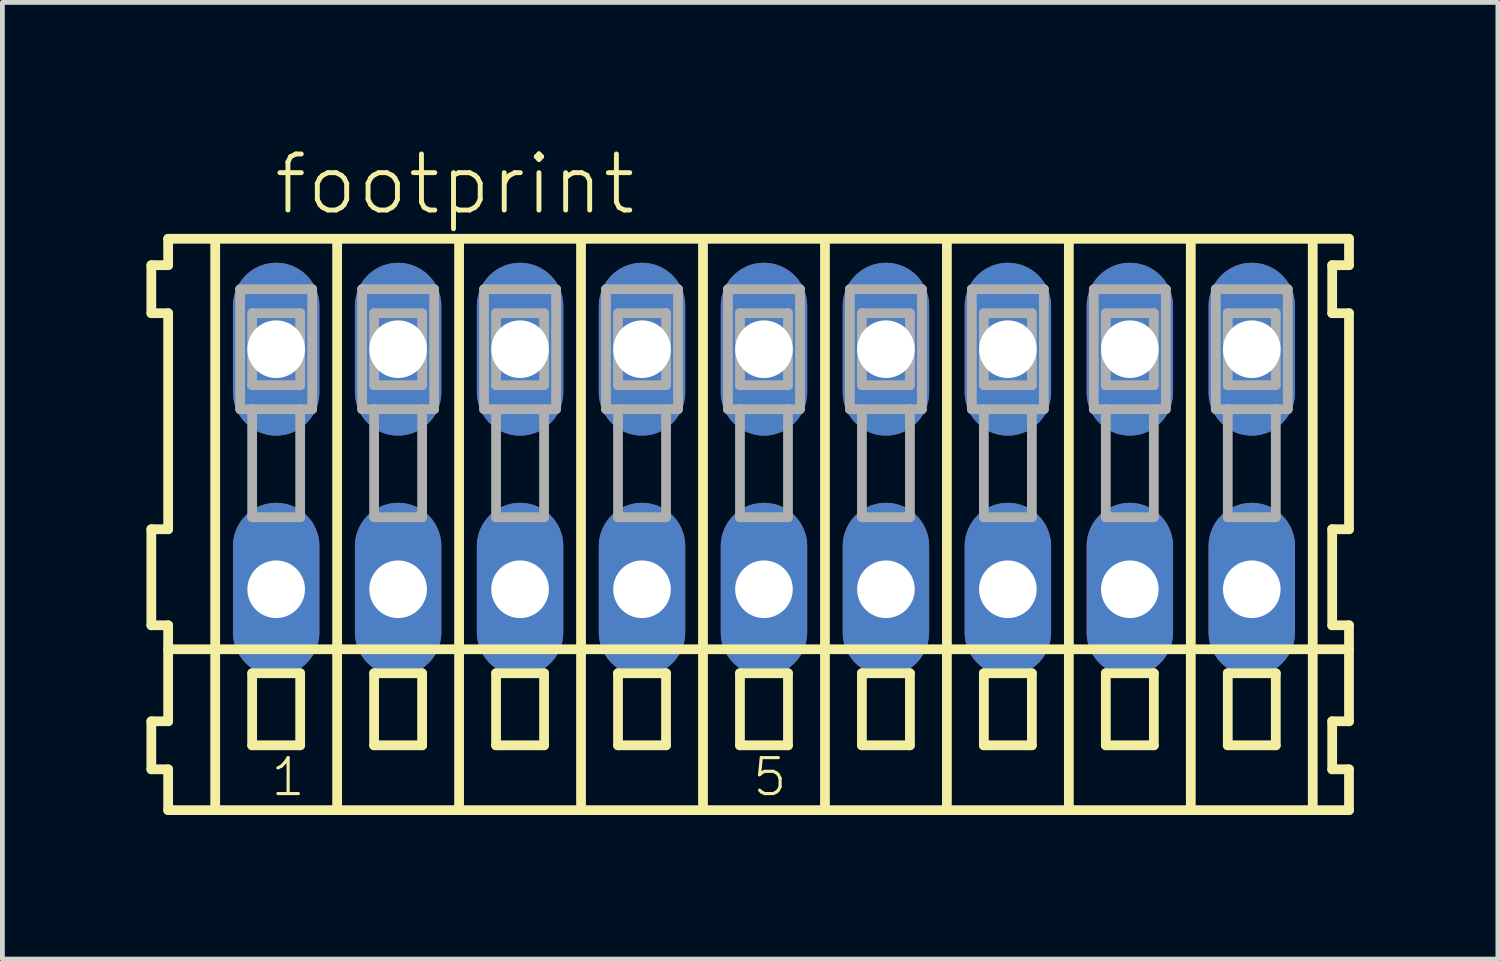
<source format=kicad_pcb>
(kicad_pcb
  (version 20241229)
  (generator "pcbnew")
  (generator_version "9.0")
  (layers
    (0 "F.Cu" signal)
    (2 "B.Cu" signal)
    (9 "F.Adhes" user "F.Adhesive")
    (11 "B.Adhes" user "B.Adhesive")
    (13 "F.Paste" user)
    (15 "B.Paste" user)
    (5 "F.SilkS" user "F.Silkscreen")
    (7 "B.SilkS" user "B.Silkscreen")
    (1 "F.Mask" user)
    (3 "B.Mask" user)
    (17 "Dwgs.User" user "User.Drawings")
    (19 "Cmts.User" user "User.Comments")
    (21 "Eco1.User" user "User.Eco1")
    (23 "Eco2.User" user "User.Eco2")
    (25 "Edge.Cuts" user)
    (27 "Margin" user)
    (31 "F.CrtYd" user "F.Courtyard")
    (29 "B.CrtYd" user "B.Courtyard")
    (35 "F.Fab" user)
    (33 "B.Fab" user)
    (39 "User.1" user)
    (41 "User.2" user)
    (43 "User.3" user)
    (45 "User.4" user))
  (footprint "footprint"
    (layer "F.Cu")
    (at 12.862 6.723)
    (property "Reference" "footprint" (at -10.26 -5.25 0) (layer "F.SilkS") (effects (font (size 1.168 1.168) (thickness 0.102)) (justify left bottom)))
    (fp_line (start -12.76 -4.25) (end -12.76 -3.25) (stroke (width 0.203) (type solid)) (layer "F.SilkS"))
    (fp_line (start -12.76 -3.25) (end -12.41 -3.25) (stroke (width 0.203) (type solid)) (layer "F.SilkS"))
    (fp_line (start -12.76 1.25) (end -12.76 3.25) (stroke (width 0.203) (type solid)) (layer "F.SilkS"))
    (fp_line (start -12.76 3.25) (end -12.41 3.25) (stroke (width 0.203) (type solid)) (layer "F.SilkS"))
    (fp_line (start -12.76 5.25) (end -12.76 6.25) (stroke (width 0.203) (type solid)) (layer "F.SilkS"))
    (fp_line (start -12.76 6.25) (end -12.41 6.25) (stroke (width 0.203) (type solid)) (layer "F.SilkS"))
    (fp_line (start -12.41 -4.8) (end -12.41 -4.25) (stroke (width 0.203) (type solid)) (layer "F.SilkS"))
    (fp_line (start -12.41 -4.25) (end -12.76 -4.25) (stroke (width 0.203) (type solid)) (layer "F.SilkS"))
    (fp_line (start -12.41 -3.25) (end -12.41 1.25) (stroke (width 0.203) (type solid)) (layer "F.SilkS"))
    (fp_line (start -12.41 1.25) (end -12.76 1.25) (stroke (width 0.203) (type solid)) (layer "F.SilkS"))
    (fp_line (start -12.41 3.25) (end -12.41 5.25) (stroke (width 0.203) (type solid)) (layer "F.SilkS"))
    (fp_line (start -12.41 3.75) (end 12.185 3.75) (stroke (width 0.203) (type solid)) (layer "F.SilkS"))
    (fp_line (start -12.41 5.25) (end -12.76 5.25) (stroke (width 0.203) (type solid)) (layer "F.SilkS"))
    (fp_line (start -12.41 6.25) (end -12.41 7.1) (stroke (width 0.203) (type solid)) (layer "F.SilkS"))
    (fp_line (start -12.41 7.1) (end 12.185 7.1) (stroke (width 0.203) (type solid)) (layer "F.SilkS"))
    (fp_line (start -11.43 6.985) (end -11.43 -4.699) (stroke (width 0.203) (type solid)) (layer "F.SilkS"))
    (fp_line (start -10.66 4.25) (end -10.66 5.75) (stroke (width 0.203) (type solid)) (layer "F.SilkS"))
    (fp_line (start -10.66 5.75) (end -9.66 5.75) (stroke (width 0.203) (type solid)) (layer "F.SilkS"))
    (fp_line (start -9.66 4.25) (end -10.66 4.25) (stroke (width 0.203) (type solid)) (layer "F.SilkS"))
    (fp_line (start -9.66 5.75) (end -9.66 4.25) (stroke (width 0.203) (type solid)) (layer "F.SilkS"))
    (fp_line (start -8.89 6.985) (end -8.89 -4.699) (stroke (width 0.203) (type solid)) (layer "F.SilkS"))
    (fp_line (start -8.12 4.25) (end -8.12 5.75) (stroke (width 0.203) (type solid)) (layer "F.SilkS"))
    (fp_line (start -8.12 5.75) (end -7.12 5.75) (stroke (width 0.203) (type solid)) (layer "F.SilkS"))
    (fp_line (start -7.12 4.25) (end -8.12 4.25) (stroke (width 0.203) (type solid)) (layer "F.SilkS"))
    (fp_line (start -7.12 5.75) (end -7.12 4.25) (stroke (width 0.203) (type solid)) (layer "F.SilkS"))
    (fp_line (start -6.35 6.985) (end -6.35 -4.699) (stroke (width 0.203) (type solid)) (layer "F.SilkS"))
    (fp_line (start -5.58 4.25) (end -5.58 5.75) (stroke (width 0.203) (type solid)) (layer "F.SilkS"))
    (fp_line (start -5.58 5.75) (end -4.58 5.75) (stroke (width 0.203) (type solid)) (layer "F.SilkS"))
    (fp_line (start -4.58 4.25) (end -5.58 4.25) (stroke (width 0.203) (type solid)) (layer "F.SilkS"))
    (fp_line (start -4.58 5.75) (end -4.58 4.25) (stroke (width 0.203) (type solid)) (layer "F.SilkS"))
    (fp_line (start -3.81 6.985) (end -3.81 -4.699) (stroke (width 0.203) (type solid)) (layer "F.SilkS"))
    (fp_line (start -3.04 4.25) (end -3.04 5.75) (stroke (width 0.203) (type solid)) (layer "F.SilkS"))
    (fp_line (start -3.04 5.75) (end -2.04 5.75) (stroke (width 0.203) (type solid)) (layer "F.SilkS"))
    (fp_line (start -2.04 4.25) (end -3.04 4.25) (stroke (width 0.203) (type solid)) (layer "F.SilkS"))
    (fp_line (start -2.04 5.75) (end -2.04 4.25) (stroke (width 0.203) (type solid)) (layer "F.SilkS"))
    (fp_line (start -1.27 6.985) (end -1.27 -4.699) (stroke (width 0.203) (type solid)) (layer "F.SilkS"))
    (fp_line (start -0.5 4.25) (end -0.5 5.75) (stroke (width 0.203) (type solid)) (layer "F.SilkS"))
    (fp_line (start -0.5 5.75) (end 0.5 5.75) (stroke (width 0.203) (type solid)) (layer "F.SilkS"))
    (fp_line (start 0.5 4.25) (end -0.5 4.25) (stroke (width 0.203) (type solid)) (layer "F.SilkS"))
    (fp_line (start 0.5 5.75) (end 0.5 4.25) (stroke (width 0.203) (type solid)) (layer "F.SilkS"))
    (fp_line (start 1.27 6.985) (end 1.27 -4.699) (stroke (width 0.203) (type solid)) (layer "F.SilkS"))
    (fp_line (start 2.04 4.25) (end 2.04 5.75) (stroke (width 0.203) (type solid)) (layer "F.SilkS"))
    (fp_line (start 2.04 5.75) (end 3.04 5.75) (stroke (width 0.203) (type solid)) (layer "F.SilkS"))
    (fp_line (start 3.04 4.25) (end 2.04 4.25) (stroke (width 0.203) (type solid)) (layer "F.SilkS"))
    (fp_line (start 3.04 5.75) (end 3.04 4.25) (stroke (width 0.203) (type solid)) (layer "F.SilkS"))
    (fp_line (start 3.81 6.985) (end 3.81 -4.699) (stroke (width 0.203) (type solid)) (layer "F.SilkS"))
    (fp_line (start 4.58 4.25) (end 4.58 5.75) (stroke (width 0.203) (type solid)) (layer "F.SilkS"))
    (fp_line (start 4.58 5.75) (end 5.58 5.75) (stroke (width 0.203) (type solid)) (layer "F.SilkS"))
    (fp_line (start 5.58 4.25) (end 4.58 4.25) (stroke (width 0.203) (type solid)) (layer "F.SilkS"))
    (fp_line (start 5.58 5.75) (end 5.58 4.25) (stroke (width 0.203) (type solid)) (layer "F.SilkS"))
    (fp_line (start 6.35 6.985) (end 6.35 -4.699) (stroke (width 0.203) (type solid)) (layer "F.SilkS"))
    (fp_line (start 7.12 4.25) (end 7.12 5.75) (stroke (width 0.203) (type solid)) (layer "F.SilkS"))
    (fp_line (start 7.12 5.75) (end 8.12 5.75) (stroke (width 0.203) (type solid)) (layer "F.SilkS"))
    (fp_line (start 8.12 4.25) (end 7.12 4.25) (stroke (width 0.203) (type solid)) (layer "F.SilkS"))
    (fp_line (start 8.12 5.75) (end 8.12 4.25) (stroke (width 0.203) (type solid)) (layer "F.SilkS"))
    (fp_line (start 8.89 6.985) (end 8.89 -4.699) (stroke (width 0.203) (type solid)) (layer "F.SilkS"))
    (fp_line (start 9.66 4.25) (end 9.66 5.75) (stroke (width 0.203) (type solid)) (layer "F.SilkS"))
    (fp_line (start 9.66 5.75) (end 10.66 5.75) (stroke (width 0.203) (type solid)) (layer "F.SilkS"))
    (fp_line (start 10.66 4.25) (end 9.66 4.25) (stroke (width 0.203) (type solid)) (layer "F.SilkS"))
    (fp_line (start 10.66 5.75) (end 10.66 4.25) (stroke (width 0.203) (type solid)) (layer "F.SilkS"))
    (fp_line (start 11.43 6.985) (end 11.43 -4.699) (stroke (width 0.203) (type solid)) (layer "F.SilkS"))
    (fp_line (start 11.835 -4.25) (end 11.835 -3.25) (stroke (width 0.203) (type solid)) (layer "F.SilkS"))
    (fp_line (start 11.835 -3.25) (end 12.185 -3.25) (stroke (width 0.203) (type solid)) (layer "F.SilkS"))
    (fp_line (start 11.835 1.25) (end 11.835 3.25) (stroke (width 0.203) (type solid)) (layer "F.SilkS"))
    (fp_line (start 11.835 3.25) (end 12.185 3.25) (stroke (width 0.203) (type solid)) (layer "F.SilkS"))
    (fp_line (start 11.835 5.25) (end 11.835 6.25) (stroke (width 0.203) (type solid)) (layer "F.SilkS"))
    (fp_line (start 11.835 6.25) (end 12.185 6.25) (stroke (width 0.203) (type solid)) (layer "F.SilkS"))
    (fp_line (start 12.185 -4.8) (end -12.41 -4.8) (stroke (width 0.203) (type solid)) (layer "F.SilkS"))
    (fp_line (start 12.185 -4.25) (end 11.835 -4.25) (stroke (width 0.203) (type solid)) (layer "F.SilkS"))
    (fp_line (start 12.185 -4.25) (end 12.185 -4.8) (stroke (width 0.203) (type solid)) (layer "F.SilkS"))
    (fp_line (start 12.185 1.25) (end 11.835 1.25) (stroke (width 0.203) (type solid)) (layer "F.SilkS"))
    (fp_line (start 12.185 1.25) (end 12.185 -3.25) (stroke (width 0.203) (type solid)) (layer "F.SilkS"))
    (fp_line (start 12.185 3.75) (end 12.185 3.25) (stroke (width 0.203) (type solid)) (layer "F.SilkS"))
    (fp_line (start 12.185 5.25) (end 11.835 5.25) (stroke (width 0.203) (type solid)) (layer "F.SilkS"))
    (fp_line (start 12.185 5.25) (end 12.185 3.75) (stroke (width 0.203) (type solid)) (layer "F.SilkS"))
    (fp_line (start 12.185 7.1) (end 12.185 6.25) (stroke (width 0.203) (type solid)) (layer "F.SilkS"))
    (fp_line (start -10.91 -3.75) (end -10.91 -1.25) (stroke (width 0.203) (type solid)) (layer "F.Fab"))
    (fp_line (start -10.91 -1.25) (end -10.66 -1.25) (stroke (width 0.203) (type solid)) (layer "F.Fab"))
    (fp_line (start -10.66 -3.25) (end -10.66 -1.75) (stroke (width 0.203) (type solid)) (layer "F.Fab"))
    (fp_line (start -10.66 -1.75) (end -9.66 -1.75) (stroke (width 0.203) (type solid)) (layer "F.Fab"))
    (fp_line (start -10.66 -1.25) (end -10.66 1) (stroke (width 0.203) (type solid)) (layer "F.Fab"))
    (fp_line (start -10.66 -1.25) (end -9.66 -1.25) (stroke (width 0.203) (type solid)) (layer "F.Fab"))
    (fp_line (start -10.66 1) (end -9.66 1) (stroke (width 0.203) (type solid)) (layer "F.Fab"))
    (fp_line (start -9.66 -3.25) (end -10.66 -3.25) (stroke (width 0.203) (type solid)) (layer "F.Fab"))
    (fp_line (start -9.66 -1.75) (end -9.66 -3.25) (stroke (width 0.203) (type solid)) (layer "F.Fab"))
    (fp_line (start -9.66 -1.25) (end -9.41 -1.25) (stroke (width 0.203) (type solid)) (layer "F.Fab"))
    (fp_line (start -9.66 1) (end -9.66 -1.25) (stroke (width 0.203) (type solid)) (layer "F.Fab"))
    (fp_line (start -9.41 -3.75) (end -10.91 -3.75) (stroke (width 0.203) (type solid)) (layer "F.Fab"))
    (fp_line (start -9.41 -1.25) (end -9.41 -3.75) (stroke (width 0.203) (type solid)) (layer "F.Fab"))
    (fp_line (start -8.37 -3.75) (end -8.37 -1.25) (stroke (width 0.203) (type solid)) (layer "F.Fab"))
    (fp_line (start -8.37 -1.25) (end -8.12 -1.25) (stroke (width 0.203) (type solid)) (layer "F.Fab"))
    (fp_line (start -8.12 -3.25) (end -8.12 -1.75) (stroke (width 0.203) (type solid)) (layer "F.Fab"))
    (fp_line (start -8.12 -1.75) (end -7.12 -1.75) (stroke (width 0.203) (type solid)) (layer "F.Fab"))
    (fp_line (start -8.12 -1.25) (end -8.12 1) (stroke (width 0.203) (type solid)) (layer "F.Fab"))
    (fp_line (start -8.12 -1.25) (end -7.12 -1.25) (stroke (width 0.203) (type solid)) (layer "F.Fab"))
    (fp_line (start -8.12 1) (end -7.12 1) (stroke (width 0.203) (type solid)) (layer "F.Fab"))
    (fp_line (start -7.12 -3.25) (end -8.12 -3.25) (stroke (width 0.203) (type solid)) (layer "F.Fab"))
    (fp_line (start -7.12 -1.75) (end -7.12 -3.25) (stroke (width 0.203) (type solid)) (layer "F.Fab"))
    (fp_line (start -7.12 -1.25) (end -6.87 -1.25) (stroke (width 0.203) (type solid)) (layer "F.Fab"))
    (fp_line (start -7.12 1) (end -7.12 -1.25) (stroke (width 0.203) (type solid)) (layer "F.Fab"))
    (fp_line (start -6.87 -3.75) (end -8.37 -3.75) (stroke (width 0.203) (type solid)) (layer "F.Fab"))
    (fp_line (start -6.87 -1.25) (end -6.87 -3.75) (stroke (width 0.203) (type solid)) (layer "F.Fab"))
    (fp_line (start -5.83 -3.75) (end -5.83 -1.25) (stroke (width 0.203) (type solid)) (layer "F.Fab"))
    (fp_line (start -5.83 -1.25) (end -5.58 -1.25) (stroke (width 0.203) (type solid)) (layer "F.Fab"))
    (fp_line (start -5.58 -3.25) (end -5.58 -1.75) (stroke (width 0.203) (type solid)) (layer "F.Fab"))
    (fp_line (start -5.58 -1.75) (end -4.58 -1.75) (stroke (width 0.203) (type solid)) (layer "F.Fab"))
    (fp_line (start -5.58 -1.25) (end -5.58 1) (stroke (width 0.203) (type solid)) (layer "F.Fab"))
    (fp_line (start -5.58 -1.25) (end -4.58 -1.25) (stroke (width 0.203) (type solid)) (layer "F.Fab"))
    (fp_line (start -5.58 1) (end -4.58 1) (stroke (width 0.203) (type solid)) (layer "F.Fab"))
    (fp_line (start -4.58 -3.25) (end -5.58 -3.25) (stroke (width 0.203) (type solid)) (layer "F.Fab"))
    (fp_line (start -4.58 -1.75) (end -4.58 -3.25) (stroke (width 0.203) (type solid)) (layer "F.Fab"))
    (fp_line (start -4.58 -1.25) (end -4.33 -1.25) (stroke (width 0.203) (type solid)) (layer "F.Fab"))
    (fp_line (start -4.58 1) (end -4.58 -1.25) (stroke (width 0.203) (type solid)) (layer "F.Fab"))
    (fp_line (start -4.33 -3.75) (end -5.83 -3.75) (stroke (width 0.203) (type solid)) (layer "F.Fab"))
    (fp_line (start -4.33 -1.25) (end -4.33 -3.75) (stroke (width 0.203) (type solid)) (layer "F.Fab"))
    (fp_line (start -3.29 -3.75) (end -3.29 -1.25) (stroke (width 0.203) (type solid)) (layer "F.Fab"))
    (fp_line (start -3.29 -1.25) (end -3.04 -1.25) (stroke (width 0.203) (type solid)) (layer "F.Fab"))
    (fp_line (start -3.04 -3.25) (end -3.04 -1.75) (stroke (width 0.203) (type solid)) (layer "F.Fab"))
    (fp_line (start -3.04 -1.75) (end -2.04 -1.75) (stroke (width 0.203) (type solid)) (layer "F.Fab"))
    (fp_line (start -3.04 -1.25) (end -3.04 1) (stroke (width 0.203) (type solid)) (layer "F.Fab"))
    (fp_line (start -3.04 -1.25) (end -2.04 -1.25) (stroke (width 0.203) (type solid)) (layer "F.Fab"))
    (fp_line (start -3.04 1) (end -2.04 1) (stroke (width 0.203) (type solid)) (layer "F.Fab"))
    (fp_line (start -2.04 -3.25) (end -3.04 -3.25) (stroke (width 0.203) (type solid)) (layer "F.Fab"))
    (fp_line (start -2.04 -1.75) (end -2.04 -3.25) (stroke (width 0.203) (type solid)) (layer "F.Fab"))
    (fp_line (start -2.04 -1.25) (end -1.79 -1.25) (stroke (width 0.203) (type solid)) (layer "F.Fab"))
    (fp_line (start -2.04 1) (end -2.04 -1.25) (stroke (width 0.203) (type solid)) (layer "F.Fab"))
    (fp_line (start -1.79 -3.75) (end -3.29 -3.75) (stroke (width 0.203) (type solid)) (layer "F.Fab"))
    (fp_line (start -1.79 -1.25) (end -1.79 -3.75) (stroke (width 0.203) (type solid)) (layer "F.Fab"))
    (fp_line (start -0.75 -3.75) (end -0.75 -1.25) (stroke (width 0.203) (type solid)) (layer "F.Fab"))
    (fp_line (start -0.75 -1.25) (end -0.5 -1.25) (stroke (width 0.203) (type solid)) (layer "F.Fab"))
    (fp_line (start -0.5 -3.25) (end -0.5 -1.75) (stroke (width 0.203) (type solid)) (layer "F.Fab"))
    (fp_line (start -0.5 -1.75) (end 0.5 -1.75) (stroke (width 0.203) (type solid)) (layer "F.Fab"))
    (fp_line (start -0.5 -1.25) (end -0.5 1) (stroke (width 0.203) (type solid)) (layer "F.Fab"))
    (fp_line (start -0.5 -1.25) (end 0.5 -1.25) (stroke (width 0.203) (type solid)) (layer "F.Fab"))
    (fp_line (start -0.5 1) (end 0.5 1) (stroke (width 0.203) (type solid)) (layer "F.Fab"))
    (fp_line (start 0.5 -3.25) (end -0.5 -3.25) (stroke (width 0.203) (type solid)) (layer "F.Fab"))
    (fp_line (start 0.5 -1.75) (end 0.5 -3.25) (stroke (width 0.203) (type solid)) (layer "F.Fab"))
    (fp_line (start 0.5 -1.25) (end 0.75 -1.25) (stroke (width 0.203) (type solid)) (layer "F.Fab"))
    (fp_line (start 0.5 1) (end 0.5 -1.25) (stroke (width 0.203) (type solid)) (layer "F.Fab"))
    (fp_line (start 0.75 -3.75) (end -0.75 -3.75) (stroke (width 0.203) (type solid)) (layer "F.Fab"))
    (fp_line (start 0.75 -1.25) (end 0.75 -3.75) (stroke (width 0.203) (type solid)) (layer "F.Fab"))
    (fp_line (start 1.79 -3.75) (end 1.79 -1.25) (stroke (width 0.203) (type solid)) (layer "F.Fab"))
    (fp_line (start 1.79 -1.25) (end 2.04 -1.25) (stroke (width 0.203) (type solid)) (layer "F.Fab"))
    (fp_line (start 2.04 -3.25) (end 2.04 -1.75) (stroke (width 0.203) (type solid)) (layer "F.Fab"))
    (fp_line (start 2.04 -1.75) (end 3.04 -1.75) (stroke (width 0.203) (type solid)) (layer "F.Fab"))
    (fp_line (start 2.04 -1.25) (end 2.04 1) (stroke (width 0.203) (type solid)) (layer "F.Fab"))
    (fp_line (start 2.04 -1.25) (end 3.04 -1.25) (stroke (width 0.203) (type solid)) (layer "F.Fab"))
    (fp_line (start 2.04 1) (end 3.04 1) (stroke (width 0.203) (type solid)) (layer "F.Fab"))
    (fp_line (start 3.04 -3.25) (end 2.04 -3.25) (stroke (width 0.203) (type solid)) (layer "F.Fab"))
    (fp_line (start 3.04 -1.75) (end 3.04 -3.25) (stroke (width 0.203) (type solid)) (layer "F.Fab"))
    (fp_line (start 3.04 -1.25) (end 3.29 -1.25) (stroke (width 0.203) (type solid)) (layer "F.Fab"))
    (fp_line (start 3.04 1) (end 3.04 -1.25) (stroke (width 0.203) (type solid)) (layer "F.Fab"))
    (fp_line (start 3.29 -3.75) (end 1.79 -3.75) (stroke (width 0.203) (type solid)) (layer "F.Fab"))
    (fp_line (start 3.29 -1.25) (end 3.29 -3.75) (stroke (width 0.203) (type solid)) (layer "F.Fab"))
    (fp_line (start 4.33 -3.75) (end 4.33 -1.25) (stroke (width 0.203) (type solid)) (layer "F.Fab"))
    (fp_line (start 4.33 -1.25) (end 4.58 -1.25) (stroke (width 0.203) (type solid)) (layer "F.Fab"))
    (fp_line (start 4.58 -3.25) (end 4.58 -1.75) (stroke (width 0.203) (type solid)) (layer "F.Fab"))
    (fp_line (start 4.58 -1.75) (end 5.58 -1.75) (stroke (width 0.203) (type solid)) (layer "F.Fab"))
    (fp_line (start 4.58 -1.25) (end 4.58 1) (stroke (width 0.203) (type solid)) (layer "F.Fab"))
    (fp_line (start 4.58 -1.25) (end 5.58 -1.25) (stroke (width 0.203) (type solid)) (layer "F.Fab"))
    (fp_line (start 4.58 1) (end 5.58 1) (stroke (width 0.203) (type solid)) (layer "F.Fab"))
    (fp_line (start 5.58 -3.25) (end 4.58 -3.25) (stroke (width 0.203) (type solid)) (layer "F.Fab"))
    (fp_line (start 5.58 -1.75) (end 5.58 -3.25) (stroke (width 0.203) (type solid)) (layer "F.Fab"))
    (fp_line (start 5.58 -1.25) (end 5.83 -1.25) (stroke (width 0.203) (type solid)) (layer "F.Fab"))
    (fp_line (start 5.58 1) (end 5.58 -1.25) (stroke (width 0.203) (type solid)) (layer "F.Fab"))
    (fp_line (start 5.83 -3.75) (end 4.33 -3.75) (stroke (width 0.203) (type solid)) (layer "F.Fab"))
    (fp_line (start 5.83 -1.25) (end 5.83 -3.75) (stroke (width 0.203) (type solid)) (layer "F.Fab"))
    (fp_line (start 6.87 -3.75) (end 6.87 -1.25) (stroke (width 0.203) (type solid)) (layer "F.Fab"))
    (fp_line (start 6.87 -1.25) (end 7.12 -1.25) (stroke (width 0.203) (type solid)) (layer "F.Fab"))
    (fp_line (start 7.12 -3.25) (end 7.12 -1.75) (stroke (width 0.203) (type solid)) (layer "F.Fab"))
    (fp_line (start 7.12 -1.75) (end 8.12 -1.75) (stroke (width 0.203) (type solid)) (layer "F.Fab"))
    (fp_line (start 7.12 -1.25) (end 7.12 1) (stroke (width 0.203) (type solid)) (layer "F.Fab"))
    (fp_line (start 7.12 -1.25) (end 8.12 -1.25) (stroke (width 0.203) (type solid)) (layer "F.Fab"))
    (fp_line (start 7.12 1) (end 8.12 1) (stroke (width 0.203) (type solid)) (layer "F.Fab"))
    (fp_line (start 8.12 -3.25) (end 7.12 -3.25) (stroke (width 0.203) (type solid)) (layer "F.Fab"))
    (fp_line (start 8.12 -1.75) (end 8.12 -3.25) (stroke (width 0.203) (type solid)) (layer "F.Fab"))
    (fp_line (start 8.12 -1.25) (end 8.37 -1.25) (stroke (width 0.203) (type solid)) (layer "F.Fab"))
    (fp_line (start 8.12 1) (end 8.12 -1.25) (stroke (width 0.203) (type solid)) (layer "F.Fab"))
    (fp_line (start 8.37 -3.75) (end 6.87 -3.75) (stroke (width 0.203) (type solid)) (layer "F.Fab"))
    (fp_line (start 8.37 -1.25) (end 8.37 -3.75) (stroke (width 0.203) (type solid)) (layer "F.Fab"))
    (fp_line (start 9.41 -3.75) (end 9.41 -1.25) (stroke (width 0.203) (type solid)) (layer "F.Fab"))
    (fp_line (start 9.41 -1.25) (end 9.66 -1.25) (stroke (width 0.203) (type solid)) (layer "F.Fab"))
    (fp_line (start 9.66 -3.25) (end 9.66 -1.75) (stroke (width 0.203) (type solid)) (layer "F.Fab"))
    (fp_line (start 9.66 -1.75) (end 10.66 -1.75) (stroke (width 0.203) (type solid)) (layer "F.Fab"))
    (fp_line (start 9.66 -1.25) (end 9.66 1) (stroke (width 0.203) (type solid)) (layer "F.Fab"))
    (fp_line (start 9.66 -1.25) (end 10.66 -1.25) (stroke (width 0.203) (type solid)) (layer "F.Fab"))
    (fp_line (start 9.66 1) (end 10.66 1) (stroke (width 0.203) (type solid)) (layer "F.Fab"))
    (fp_line (start 10.66 -3.25) (end 9.66 -3.25) (stroke (width 0.203) (type solid)) (layer "F.Fab"))
    (fp_line (start 10.66 -1.75) (end 10.66 -3.25) (stroke (width 0.203) (type solid)) (layer "F.Fab"))
    (fp_line (start 10.66 -1.25) (end 10.91 -1.25) (stroke (width 0.203) (type solid)) (layer "F.Fab"))
    (fp_line (start 10.66 1) (end 10.66 -1.25) (stroke (width 0.203) (type solid)) (layer "F.Fab"))
    (fp_line (start 10.91 -3.75) (end 9.41 -3.75) (stroke (width 0.203) (type solid)) (layer "F.Fab"))
    (fp_line (start 10.91 -1.25) (end 10.91 -3.75) (stroke (width 0.203) (type solid)) (layer "F.Fab"))
    (fp_text user "5" (at -0.277 6.85 0) (layer "F.SilkS") (effects (font (size 0.748 0.748) (thickness 0.065)) (justify left bottom)))
    (fp_text user "1" (at -10.31 6.85 0) (layer "F.SilkS") (effects (font (size 0.748 0.748) (thickness 0.065)) (justify left bottom)))
    (pad "A1" thru_hole oval (at -10.16 -2.5 90) (size 3.6 1.8) (drill 1.2) (layers "*.Cu" "*.Mask"))
    (pad "A2" thru_hole oval (at -7.62 -2.5 90) (size 3.6 1.8) (drill 1.2) (layers "*.Cu" "*.Mask"))
    (pad "A3" thru_hole oval (at -5.08 -2.5 90) (size 3.6 1.8) (drill 1.2) (layers "*.Cu" "*.Mask"))
    (pad "A4" thru_hole oval (at -2.54 -2.5 90) (size 3.6 1.8) (drill 1.2) (layers "*.Cu" "*.Mask"))
    (pad "A5" thru_hole oval (at 0 -2.5 90) (size 3.6 1.8) (drill 1.2) (layers "*.Cu" "*.Mask"))
    (pad "A6" thru_hole oval (at 2.54 -2.5 90) (size 3.6 1.8) (drill 1.2) (layers "*.Cu" "*.Mask"))
    (pad "A7" thru_hole oval (at 5.08 -2.5 90) (size 3.6 1.8) (drill 1.2) (layers "*.Cu" "*.Mask"))
    (pad "A8" thru_hole oval (at 7.62 -2.5 90) (size 3.6 1.8) (drill 1.2) (layers "*.Cu" "*.Mask"))
    (pad "A9" thru_hole oval (at 10.16 -2.5 90) (size 3.6 1.8) (drill 1.2) (layers "*.Cu" "*.Mask"))
    (pad "B1" thru_hole oval (at -10.16 2.5 90) (size 3.6 1.8) (drill 1.2) (layers "*.Cu" "*.Mask"))
    (pad "B2" thru_hole oval (at -7.62 2.5 90) (size 3.6 1.8) (drill 1.2) (layers "*.Cu" "*.Mask"))
    (pad "B3" thru_hole oval (at -5.08 2.5 90) (size 3.6 1.8) (drill 1.2) (layers "*.Cu" "*.Mask"))
    (pad "B4" thru_hole oval (at -2.54 2.5 90) (size 3.6 1.8) (drill 1.2) (layers "*.Cu" "*.Mask"))
    (pad "B5" thru_hole oval (at 0 2.5 90) (size 3.6 1.8) (drill 1.2) (layers "*.Cu" "*.Mask"))
    (pad "B6" thru_hole oval (at 2.54 2.5 90) (size 3.6 1.8) (drill 1.2) (layers "*.Cu" "*.Mask"))
    (pad "B7" thru_hole oval (at 5.08 2.5 90) (size 3.6 1.8) (drill 1.2) (layers "*.Cu" "*.Mask"))
    (pad "B8" thru_hole oval (at 7.62 2.5 90) (size 3.6 1.8) (drill 1.2) (layers "*.Cu" "*.Mask"))
    (pad "B9" thru_hole oval (at 10.16 2.5 90) (size 3.6 1.8) (drill 1.2) (layers "*.Cu" "*.Mask")))
  (gr_rect
    (start -3 -3)
    (end 28.148 16.925)
    (stroke (width 0.1) (type default))
    (fill no)
    (layer "Edge.Cuts")))
</source>
